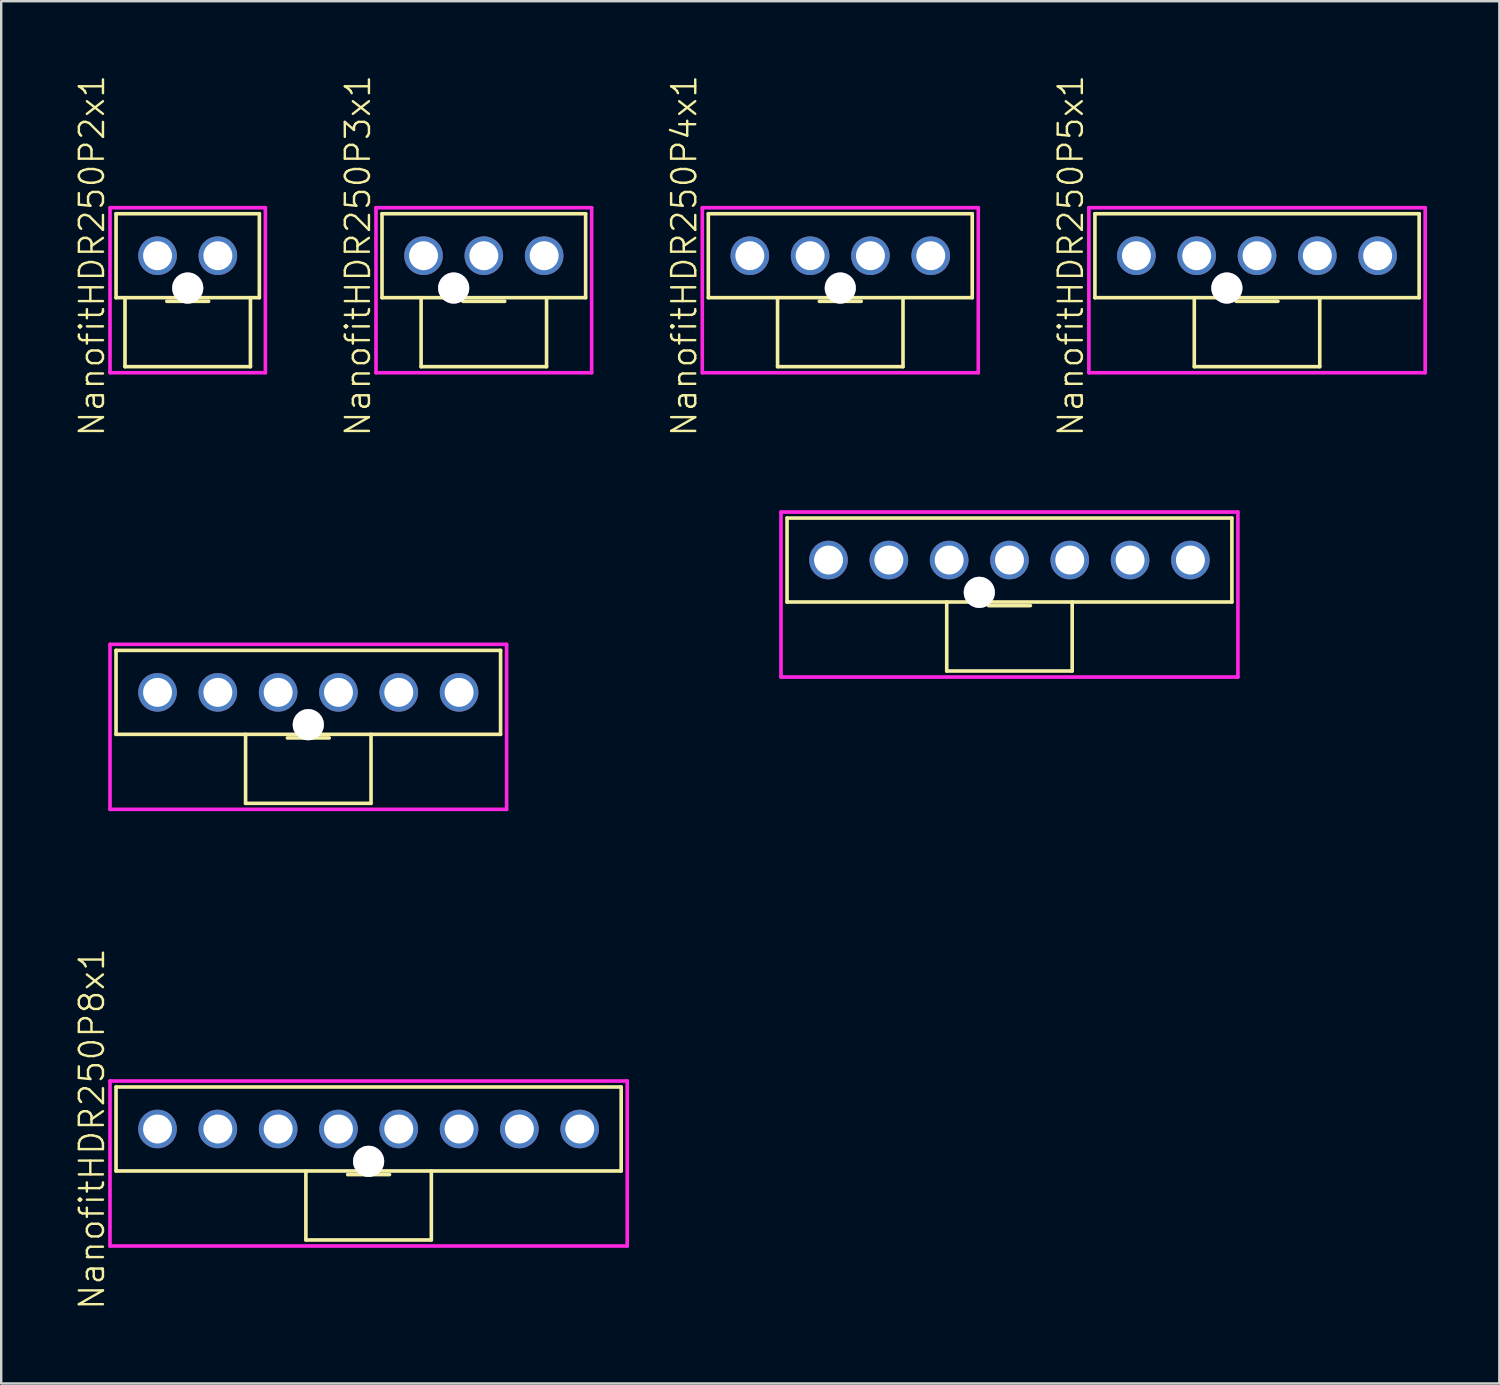
<source format=kicad_pcb>
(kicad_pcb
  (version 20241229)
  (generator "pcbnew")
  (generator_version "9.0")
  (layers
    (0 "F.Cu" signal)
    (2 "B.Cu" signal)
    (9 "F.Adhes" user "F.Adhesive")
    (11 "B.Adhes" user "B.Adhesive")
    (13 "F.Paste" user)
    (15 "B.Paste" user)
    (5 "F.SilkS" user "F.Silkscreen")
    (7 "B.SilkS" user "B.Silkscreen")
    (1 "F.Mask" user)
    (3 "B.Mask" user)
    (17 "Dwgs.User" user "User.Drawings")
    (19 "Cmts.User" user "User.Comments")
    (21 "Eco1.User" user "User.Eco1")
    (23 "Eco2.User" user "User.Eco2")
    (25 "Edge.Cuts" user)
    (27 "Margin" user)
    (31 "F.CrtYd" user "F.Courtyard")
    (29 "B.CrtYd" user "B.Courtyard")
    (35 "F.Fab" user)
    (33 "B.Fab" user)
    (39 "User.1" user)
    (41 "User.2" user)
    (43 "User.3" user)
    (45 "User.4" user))
  (footprint "NanofitHDR250P6x1"
    (layer "F.Cu")
    (at 9.73 25.65)
    (property "Reference" "NanofitHDR250P6x1" (at -8.97 0 90) (layer "User.1") (effects (font (size 1 1) (thickness 0.1))))
    (attr through_hole)
    (fp_line (start -7.97 -1.74) (end -7.97 1.74) (stroke (width 0.15) (type solid)) (layer "F.SilkS"))
    (fp_line (start -7.97 -1.74) (end 7.97 -1.74) (stroke (width 0.15) (type solid)) (layer "F.SilkS"))
    (fp_line (start -7.97 1.74) (end 7.97 1.74) (stroke (width 0.15) (type solid)) (layer "F.SilkS"))
    (fp_line (start -2.6 1.74) (end -2.6 4.6) (stroke (width 0.15) (type solid)) (layer "F.SilkS"))
    (fp_line (start -2.6 4.6) (end 2.6 4.6) (stroke (width 0.15) (type solid)) (layer "F.SilkS"))
    (fp_line (start -0.867 1.89) (end 0.867 1.89) (stroke (width 0.15) (type solid)) (layer "F.SilkS"))
    (fp_line (start 2.6 1.74) (end 2.6 4.6) (stroke (width 0.15) (type solid)) (layer "F.SilkS"))
    (fp_line (start 7.97 -1.74) (end 7.97 1.74) (stroke (width 0.15) (type solid)) (layer "F.SilkS"))
    (fp_line (start -8.22 -1.99) (end 8.22 -1.99) (stroke (width 0.15) (type solid)) (layer "F.CrtYd"))
    (fp_line (start -8.22 4.85) (end -8.22 -1.99) (stroke (width 0.15) (type solid)) (layer "F.CrtYd"))
    (fp_line (start 8.22 -1.99) (end 8.22 4.85) (stroke (width 0.15) (type solid)) (layer "F.CrtYd"))
    (fp_line (start 8.22 4.85) (end -8.22 4.85) (stroke (width 0.15) (type solid)) (layer "F.CrtYd"))
    (pad "1" thru_hole oval (at -6.25 0) (size 1.6 1.6) (drill 1.2) (layers "*.Cu" "*.Mask"))
    (pad "2" thru_hole oval (at -3.75 0) (size 1.6 1.6) (drill 1.2) (layers "*.Cu" "*.Mask"))
    (pad "3" thru_hole oval (at -1.25 0) (size 1.6 1.6) (drill 1.2) (layers "*.Cu" "*.Mask"))
    (pad "4" thru_hole oval (at 1.25 0) (size 1.6 1.6) (drill 1.2) (layers "*.Cu" "*.Mask"))
    (pad "5" thru_hole oval (at 3.75 0) (size 1.6 1.6) (drill 1.2) (layers "*.Cu" "*.Mask"))
    (pad "6" thru_hole oval (at 6.25 0) (size 1.6 1.6) (drill 1.2) (layers "*.Cu" "*.Mask"))
    (pad "tab" thru_hole oval (at 0 1.34) (size 1.29 1.29) (drill 1.3) (layers "*.Cu" "*.Mask")))
  (footprint "NanofitHDR250P2x1"
    (layer "F.Cu")
    (at 4.731 7.55)
    (property "Reference" "NanofitHDR250P2x1" (at -3.97 0 90) (layer "F.SilkS") (effects (font (size 1 1) (thickness 0.1))))
    (attr through_hole)
    (fp_line (start -2.97 -1.74) (end -2.97 1.74) (stroke (width 0.15) (type solid)) (layer "F.SilkS"))
    (fp_line (start -2.97 -1.74) (end 2.97 -1.74) (stroke (width 0.15) (type solid)) (layer "F.SilkS"))
    (fp_line (start -2.97 1.74) (end 2.97 1.74) (stroke (width 0.15) (type solid)) (layer "F.SilkS"))
    (fp_line (start -2.6 1.74) (end -2.6 4.6) (stroke (width 0.15) (type solid)) (layer "F.SilkS"))
    (fp_line (start -2.6 4.6) (end 2.6 4.6) (stroke (width 0.15) (type solid)) (layer "F.SilkS"))
    (fp_line (start -0.867 1.89) (end 0.867 1.89) (stroke (width 0.15) (type solid)) (layer "F.SilkS"))
    (fp_line (start 2.6 1.74) (end 2.6 4.6) (stroke (width 0.15) (type solid)) (layer "F.SilkS"))
    (fp_line (start 2.97 -1.74) (end 2.97 1.74) (stroke (width 0.15) (type solid)) (layer "F.SilkS"))
    (fp_line (start -3.22 -1.99) (end 3.22 -1.99) (stroke (width 0.15) (type solid)) (layer "F.CrtYd"))
    (fp_line (start -3.22 4.85) (end -3.22 -1.99) (stroke (width 0.15) (type solid)) (layer "F.CrtYd"))
    (fp_line (start 3.22 -1.99) (end 3.22 4.85) (stroke (width 0.15) (type solid)) (layer "F.CrtYd"))
    (fp_line (start 3.22 4.85) (end -3.22 4.85) (stroke (width 0.15) (type solid)) (layer "F.CrtYd"))
    (pad "1" thru_hole oval (at -1.25 0) (size 1.6 1.6) (drill 1.2) (layers "*.Cu" "*.Mask"))
    (pad "2" thru_hole oval (at 1.25 0) (size 1.6 1.6) (drill 1.2) (layers "*.Cu" "*.Mask"))
    (pad "tab" thru_hole oval (at 0 1.34) (size 1.29 1.29) (drill 1.3) (layers "*.Cu" "*.Mask")))
  (footprint "NanofitHDR250P5x1"
    (layer "F.Cu")
    (at 49.057 7.55)
    (property "Reference" "NanofitHDR250P5x1" (at -7.72 0 90) (layer "F.SilkS") (effects (font (size 1 1) (thickness 0.1))))
    (attr through_hole)
    (fp_line (start -6.72 -1.74) (end -6.72 1.74) (stroke (width 0.15) (type solid)) (layer "F.SilkS"))
    (fp_line (start -6.72 -1.74) (end 6.72 -1.74) (stroke (width 0.15) (type solid)) (layer "F.SilkS"))
    (fp_line (start -6.72 1.74) (end 6.72 1.74) (stroke (width 0.15) (type solid)) (layer "F.SilkS"))
    (fp_line (start -2.6 1.74) (end -2.6 4.6) (stroke (width 0.15) (type solid)) (layer "F.SilkS"))
    (fp_line (start -2.6 4.6) (end 2.6 4.6) (stroke (width 0.15) (type solid)) (layer "F.SilkS"))
    (fp_line (start -0.867 1.89) (end 0.867 1.89) (stroke (width 0.15) (type solid)) (layer "F.SilkS"))
    (fp_line (start 2.6 1.74) (end 2.6 4.6) (stroke (width 0.15) (type solid)) (layer "F.SilkS"))
    (fp_line (start 6.72 -1.74) (end 6.72 1.74) (stroke (width 0.15) (type solid)) (layer "F.SilkS"))
    (fp_line (start -6.97 -1.99) (end 6.97 -1.99) (stroke (width 0.15) (type solid)) (layer "F.CrtYd"))
    (fp_line (start -6.97 4.85) (end -6.97 -1.99) (stroke (width 0.15) (type solid)) (layer "F.CrtYd"))
    (fp_line (start 6.97 -1.99) (end 6.97 4.85) (stroke (width 0.15) (type solid)) (layer "F.CrtYd"))
    (fp_line (start 6.97 4.85) (end -6.97 4.85) (stroke (width 0.15) (type solid)) (layer "F.CrtYd"))
    (pad "1" thru_hole oval (at -5 0) (size 1.6 1.6) (drill 1.2) (layers "*.Cu" "*.Mask"))
    (pad "2" thru_hole oval (at -2.5 0) (size 1.6 1.6) (drill 1.2) (layers "*.Cu" "*.Mask"))
    (pad "3" thru_hole oval (at 0 0) (size 1.6 1.6) (drill 1.2) (layers "*.Cu" "*.Mask"))
    (pad "4" thru_hole oval (at 2.5 0) (size 1.6 1.6) (drill 1.2) (layers "*.Cu" "*.Mask"))
    (pad "5" thru_hole oval (at 5 0) (size 1.6 1.6) (drill 1.2) (layers "*.Cu" "*.Mask"))
    (pad "tab" thru_hole oval (at -1.25 1.34) (size 1.29 1.29) (drill 1.3) (layers "*.Cu" "*.Mask")))
  (footprint "NanofitHDR250P4x1"
    (layer "F.Cu")
    (at 31.782 7.55)
    (property "Reference" "NanofitHDR250P4x1" (at -6.47 0 90) (layer "F.SilkS") (effects (font (size 1 1) (thickness 0.1))))
    (attr through_hole)
    (fp_line (start -5.47 -1.74) (end -5.47 1.74) (stroke (width 0.15) (type solid)) (layer "F.SilkS"))
    (fp_line (start -5.47 -1.74) (end 5.47 -1.74) (stroke (width 0.15) (type solid)) (layer "F.SilkS"))
    (fp_line (start -5.47 1.74) (end 5.47 1.74) (stroke (width 0.15) (type solid)) (layer "F.SilkS"))
    (fp_line (start -2.6 1.74) (end -2.6 4.6) (stroke (width 0.15) (type solid)) (layer "F.SilkS"))
    (fp_line (start -2.6 4.6) (end 2.6 4.6) (stroke (width 0.15) (type solid)) (layer "F.SilkS"))
    (fp_line (start -0.867 1.89) (end 0.867 1.89) (stroke (width 0.15) (type solid)) (layer "F.SilkS"))
    (fp_line (start 2.6 1.74) (end 2.6 4.6) (stroke (width 0.15) (type solid)) (layer "F.SilkS"))
    (fp_line (start 5.47 -1.74) (end 5.47 1.74) (stroke (width 0.15) (type solid)) (layer "F.SilkS"))
    (fp_line (start -5.72 -1.99) (end 5.72 -1.99) (stroke (width 0.15) (type solid)) (layer "F.CrtYd"))
    (fp_line (start -5.72 4.85) (end -5.72 -1.99) (stroke (width 0.15) (type solid)) (layer "F.CrtYd"))
    (fp_line (start 5.72 -1.99) (end 5.72 4.85) (stroke (width 0.15) (type solid)) (layer "F.CrtYd"))
    (fp_line (start 5.72 4.85) (end -5.72 4.85) (stroke (width 0.15) (type solid)) (layer "F.CrtYd"))
    (pad "1" thru_hole oval (at -3.75 0) (size 1.6 1.6) (drill 1.2) (layers "*.Cu" "*.Mask"))
    (pad "2" thru_hole oval (at -1.25 0) (size 1.6 1.6) (drill 1.2) (layers "*.Cu" "*.Mask"))
    (pad "3" thru_hole oval (at 1.25 0) (size 1.6 1.6) (drill 1.2) (layers "*.Cu" "*.Mask"))
    (pad "4" thru_hole oval (at 3.75 0) (size 1.6 1.6) (drill 1.2) (layers "*.Cu" "*.Mask"))
    (pad "tab" thru_hole oval (at 0 1.34) (size 1.29 1.29) (drill 1.3) (layers "*.Cu" "*.Mask")))
  (footprint "NanofitHDR250P8x1"
    (layer "F.Cu")
    (at 12.23 43.75)
    (property "Reference" "NanofitHDR250P8x1" (at -11.47 0 90) (layer "F.SilkS") (effects (font (size 1 1) (thickness 0.1))))
    (attr through_hole)
    (fp_line (start -10.47 -1.74) (end -10.47 1.74) (stroke (width 0.15) (type solid)) (layer "F.SilkS"))
    (fp_line (start -10.47 -1.74) (end 10.47 -1.74) (stroke (width 0.15) (type solid)) (layer "F.SilkS"))
    (fp_line (start -10.47 1.74) (end 10.47 1.74) (stroke (width 0.15) (type solid)) (layer "F.SilkS"))
    (fp_line (start -2.6 1.74) (end -2.6 4.6) (stroke (width 0.15) (type solid)) (layer "F.SilkS"))
    (fp_line (start -2.6 4.6) (end 2.6 4.6) (stroke (width 0.15) (type solid)) (layer "F.SilkS"))
    (fp_line (start -0.867 1.89) (end 0.867 1.89) (stroke (width 0.15) (type solid)) (layer "F.SilkS"))
    (fp_line (start 2.6 1.74) (end 2.6 4.6) (stroke (width 0.15) (type solid)) (layer "F.SilkS"))
    (fp_line (start 10.47 -1.74) (end 10.47 1.74) (stroke (width 0.15) (type solid)) (layer "F.SilkS"))
    (fp_line (start -10.72 -1.99) (end 10.72 -1.99) (stroke (width 0.15) (type solid)) (layer "F.CrtYd"))
    (fp_line (start -10.72 4.85) (end -10.72 -1.99) (stroke (width 0.15) (type solid)) (layer "F.CrtYd"))
    (fp_line (start 10.72 -1.99) (end 10.72 4.85) (stroke (width 0.15) (type solid)) (layer "F.CrtYd"))
    (fp_line (start 10.72 4.85) (end -10.72 4.85) (stroke (width 0.15) (type solid)) (layer "F.CrtYd"))
    (pad "1" thru_hole oval (at -8.75 0) (size 1.6 1.6) (drill 1.2) (layers "*.Cu" "*.Mask"))
    (pad "2" thru_hole oval (at -6.25 0) (size 1.6 1.6) (drill 1.2) (layers "*.Cu" "*.Mask"))
    (pad "3" thru_hole oval (at -3.75 0) (size 1.6 1.6) (drill 1.2) (layers "*.Cu" "*.Mask"))
    (pad "4" thru_hole oval (at -1.25 0) (size 1.6 1.6) (drill 1.2) (layers "*.Cu" "*.Mask"))
    (pad "5" thru_hole oval (at 1.25 0) (size 1.6 1.6) (drill 1.2) (layers "*.Cu" "*.Mask"))
    (pad "6" thru_hole oval (at 3.75 0) (size 1.6 1.6) (drill 1.2) (layers "*.Cu" "*.Mask"))
    (pad "7" thru_hole oval (at 6.25 0) (size 1.6 1.6) (drill 1.2) (layers "*.Cu" "*.Mask"))
    (pad "8" thru_hole oval (at 8.75 0) (size 1.6 1.6) (drill 1.2) (layers "*.Cu" "*.Mask"))
    (pad "tab" thru_hole oval (at 0 1.34) (size 1.29 1.29) (drill 1.3) (layers "*.Cu" "*.Mask")))
  (footprint "NanofitHDR250P3x1"
    (layer "F.Cu")
    (at 17.006 7.55)
    (property "Reference" "NanofitHDR250P3x1" (at -5.22 0 90) (layer "F.SilkS") (effects (font (size 1 1) (thickness 0.1))))
    (attr through_hole)
    (fp_line (start -4.22 -1.74) (end -4.22 1.74) (stroke (width 0.15) (type solid)) (layer "F.SilkS"))
    (fp_line (start -4.22 -1.74) (end 4.22 -1.74) (stroke (width 0.15) (type solid)) (layer "F.SilkS"))
    (fp_line (start -4.22 1.74) (end 4.22 1.74) (stroke (width 0.15) (type solid)) (layer "F.SilkS"))
    (fp_line (start -2.6 1.74) (end -2.6 4.6) (stroke (width 0.15) (type solid)) (layer "F.SilkS"))
    (fp_line (start -2.6 4.6) (end 2.6 4.6) (stroke (width 0.15) (type solid)) (layer "F.SilkS"))
    (fp_line (start -0.867 1.89) (end 0.867 1.89) (stroke (width 0.15) (type solid)) (layer "F.SilkS"))
    (fp_line (start 2.6 1.74) (end 2.6 4.6) (stroke (width 0.15) (type solid)) (layer "F.SilkS"))
    (fp_line (start 4.22 -1.74) (end 4.22 1.74) (stroke (width 0.15) (type solid)) (layer "F.SilkS"))
    (fp_line (start -4.47 -1.99) (end 4.47 -1.99) (stroke (width 0.15) (type solid)) (layer "F.CrtYd"))
    (fp_line (start -4.47 4.85) (end -4.47 -1.99) (stroke (width 0.15) (type solid)) (layer "F.CrtYd"))
    (fp_line (start 4.47 -1.99) (end 4.47 4.85) (stroke (width 0.15) (type solid)) (layer "F.CrtYd"))
    (fp_line (start 4.47 4.85) (end -4.47 4.85) (stroke (width 0.15) (type solid)) (layer "F.CrtYd"))
    (pad "1" thru_hole oval (at -2.5 0) (size 1.6 1.6) (drill 1.2) (layers "*.Cu" "*.Mask"))
    (pad "2" thru_hole oval (at 0 0) (size 1.6 1.6) (drill 1.2) (layers "*.Cu" "*.Mask"))
    (pad "3" thru_hole oval (at 2.5 0) (size 1.6 1.6) (drill 1.2) (layers "*.Cu" "*.Mask"))
    (pad "tab" thru_hole oval (at -1.25 1.34) (size 1.29 1.29) (drill 1.3) (layers "*.Cu" "*.Mask")))
  (footprint "NanofitHDR250P7x1"
    (layer "F.Cu")
    (at 38.795 20.165)
    (property "Reference" "NanofitHDR250P7x1" (at -10.22 0 0) (layer "User.1") (effects (font (size 1 1) (thickness 0.1))))
    (attr through_hole)
    (fp_line (start -9.22 -1.74) (end -9.22 1.74) (stroke (width 0.15) (type solid)) (layer "F.SilkS"))
    (fp_line (start -9.22 -1.74) (end 9.22 -1.74) (stroke (width 0.15) (type solid)) (layer "F.SilkS"))
    (fp_line (start -9.22 1.74) (end 9.22 1.74) (stroke (width 0.15) (type solid)) (layer "F.SilkS"))
    (fp_line (start -2.6 1.74) (end -2.6 4.6) (stroke (width 0.15) (type solid)) (layer "F.SilkS"))
    (fp_line (start -2.6 4.6) (end 2.6 4.6) (stroke (width 0.15) (type solid)) (layer "F.SilkS"))
    (fp_line (start -0.867 1.89) (end 0.867 1.89) (stroke (width 0.15) (type solid)) (layer "F.SilkS"))
    (fp_line (start 2.6 1.74) (end 2.6 4.6) (stroke (width 0.15) (type solid)) (layer "F.SilkS"))
    (fp_line (start 9.22 -1.74) (end 9.22 1.74) (stroke (width 0.15) (type solid)) (layer "F.SilkS"))
    (fp_line (start -9.47 -1.99) (end 9.47 -1.99) (stroke (width 0.15) (type solid)) (layer "F.CrtYd"))
    (fp_line (start -9.47 4.85) (end -9.47 -1.99) (stroke (width 0.15) (type solid)) (layer "F.CrtYd"))
    (fp_line (start 9.47 -1.99) (end 9.47 4.85) (stroke (width 0.15) (type solid)) (layer "F.CrtYd"))
    (fp_line (start 9.47 4.85) (end -9.47 4.85) (stroke (width 0.15) (type solid)) (layer "F.CrtYd"))
    (pad "1" thru_hole oval (at -7.5 0) (size 1.6 1.6) (drill 1.2) (layers "*.Cu" "*.Mask"))
    (pad "2" thru_hole oval (at -5 0) (size 1.6 1.6) (drill 1.2) (layers "*.Cu" "*.Mask"))
    (pad "3" thru_hole oval (at -2.5 0) (size 1.6 1.6) (drill 1.2) (layers "*.Cu" "*.Mask"))
    (pad "4" thru_hole oval (at 0 0) (size 1.6 1.6) (drill 1.2) (layers "*.Cu" "*.Mask"))
    (pad "5" thru_hole oval (at 2.5 0) (size 1.6 1.6) (drill 1.2) (layers "*.Cu" "*.Mask"))
    (pad "6" thru_hole oval (at 5 0) (size 1.6 1.6) (drill 1.2) (layers "*.Cu" "*.Mask"))
    (pad "7" thru_hole oval (at 7.5 0) (size 1.6 1.6) (drill 1.2) (layers "*.Cu" "*.Mask"))
    (pad "tab" thru_hole oval (at -1.25 1.34) (size 1.29 1.29) (drill 1.3) (layers "*.Cu" "*.Mask")))
  (gr_rect
    (start -3 -3)
    (end 59.102 54.3)
    (stroke (width 0.1) (type default))
    (fill no)
    (layer "Edge.Cuts")))
</source>
